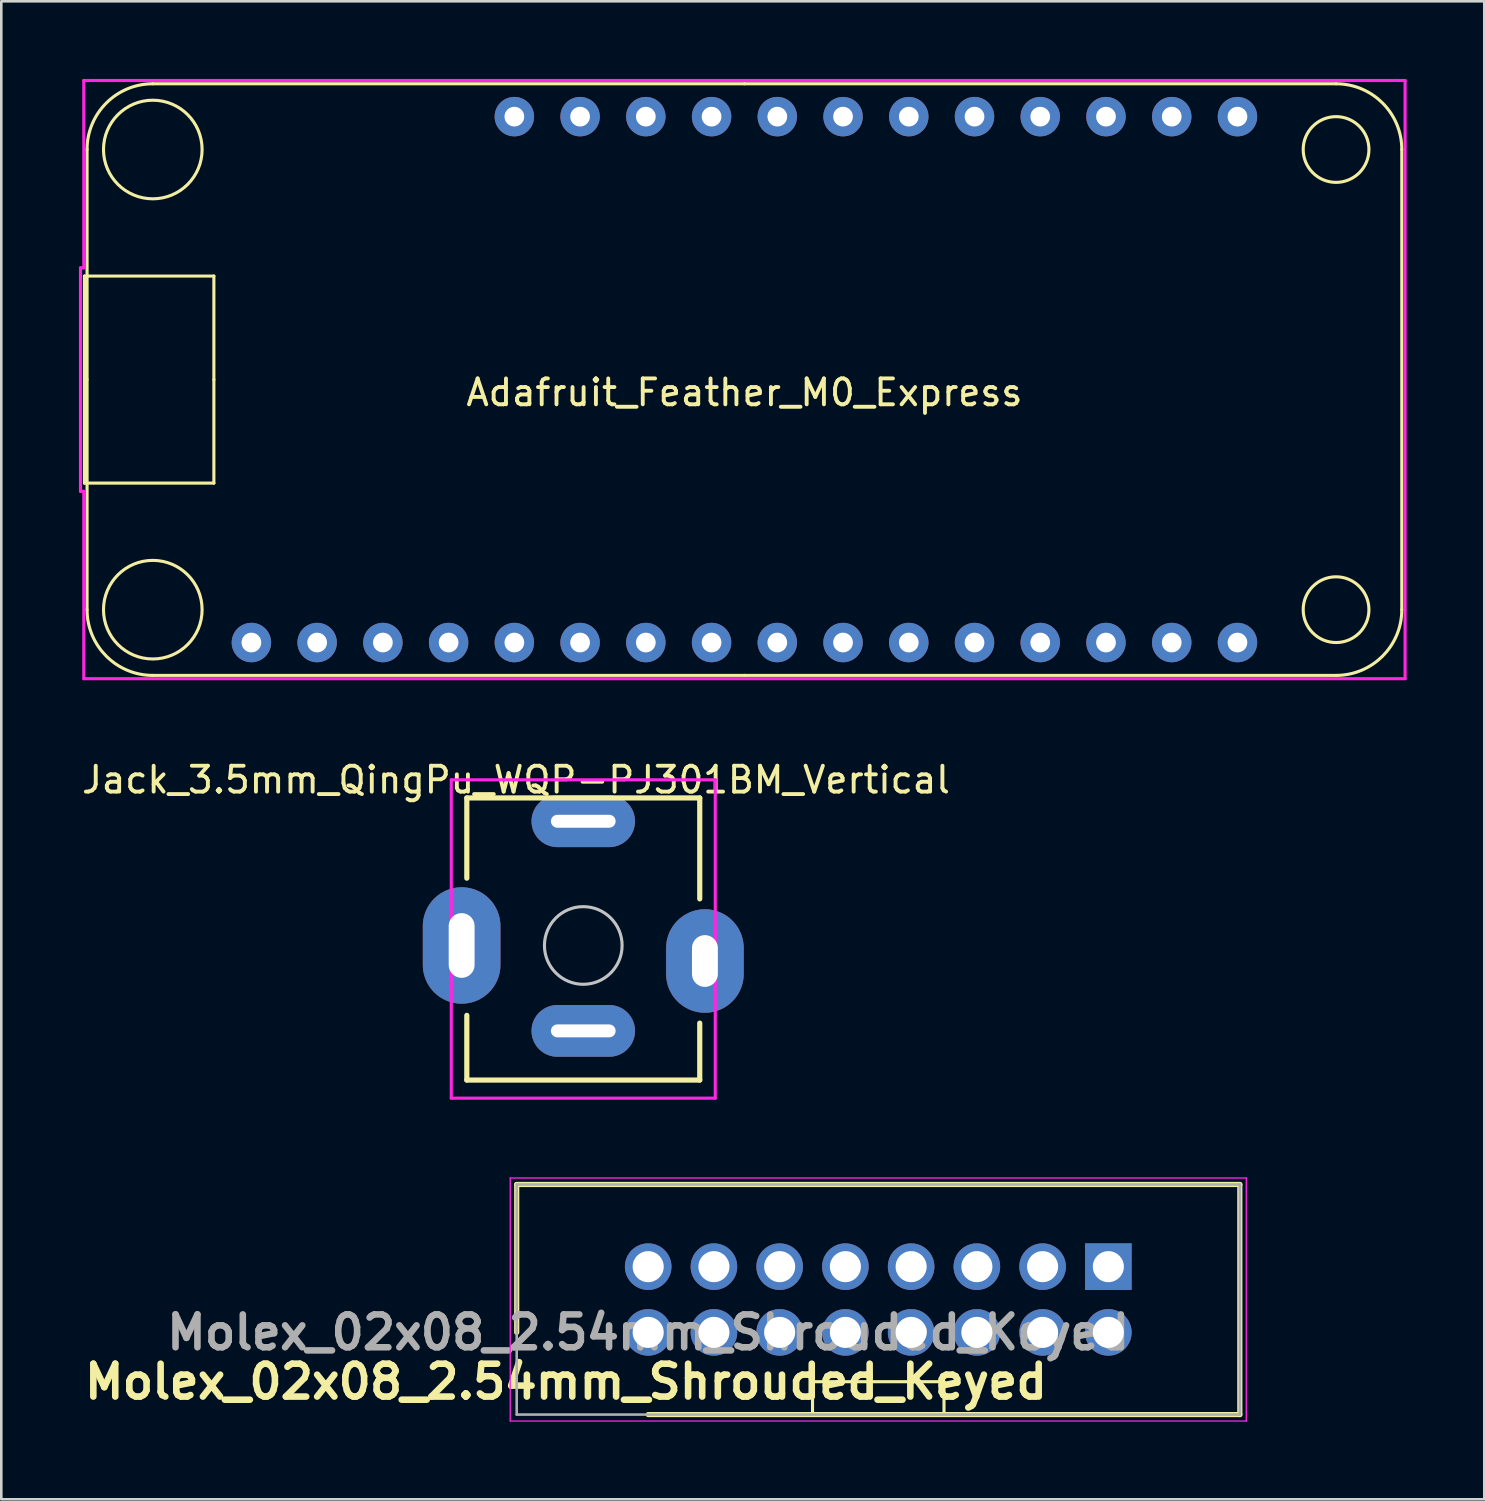
<source format=kicad_pcb>
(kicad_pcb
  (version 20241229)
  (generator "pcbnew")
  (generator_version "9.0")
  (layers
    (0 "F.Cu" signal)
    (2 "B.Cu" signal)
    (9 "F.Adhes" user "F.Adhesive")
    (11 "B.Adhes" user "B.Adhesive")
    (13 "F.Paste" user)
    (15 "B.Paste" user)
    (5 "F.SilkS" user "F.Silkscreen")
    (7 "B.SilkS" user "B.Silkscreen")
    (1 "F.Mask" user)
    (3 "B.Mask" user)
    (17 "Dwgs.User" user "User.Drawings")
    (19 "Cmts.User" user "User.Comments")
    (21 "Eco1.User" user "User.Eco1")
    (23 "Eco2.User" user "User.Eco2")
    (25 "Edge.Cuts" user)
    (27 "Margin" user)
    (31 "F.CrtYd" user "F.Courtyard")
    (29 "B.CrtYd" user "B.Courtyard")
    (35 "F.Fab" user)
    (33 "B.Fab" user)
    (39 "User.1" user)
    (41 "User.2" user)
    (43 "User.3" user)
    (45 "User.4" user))
  (footprint "Adafruit_Feather_M0_Express"
    (layer "F.Cu")
    (at 25.714 11.617)
    (property "Reference" "Adafruit_Feather_M0_Express" (at 0 0.5 0) (layer "F.SilkS") (effects (font (size 1 1) (thickness 0.15))))
    (attr through_hole)
    (fp_line (start -25.5 -4) (end -20.5 -4) (stroke (width 0.12) (type solid)) (layer "F.SilkS"))
    (fp_line (start -25.5 0) (end -25.5 -4) (stroke (width 0.12) (type solid)) (layer "F.SilkS"))
    (fp_line (start -25.5 4) (end -25.5 0) (stroke (width 0.12) (type solid)) (layer "F.SilkS"))
    (fp_line (start -25.4 -8.89) (end -25.4 0) (stroke (width 0.12) (type solid)) (layer "F.SilkS"))
    (fp_line (start -25.4 0) (end -25.4 8.89) (stroke (width 0.12) (type solid)) (layer "F.SilkS"))
    (fp_line (start -22.86 11.43) (end 0 11.43) (stroke (width 0.12) (type solid)) (layer "F.SilkS"))
    (fp_line (start -20.5 -4) (end -20.5 0) (stroke (width 0.12) (type solid)) (layer "F.SilkS"))
    (fp_line (start -20.5 0) (end -20.5 4) (stroke (width 0.12) (type solid)) (layer "F.SilkS"))
    (fp_line (start -20.5 4) (end -25.5 4) (stroke (width 0.12) (type solid)) (layer "F.SilkS"))
    (fp_line (start 0 -11.43) (end -22.86 -11.43) (stroke (width 0.12) (type solid)) (layer "F.SilkS"))
    (fp_line (start 0 11.43) (end 22.86 11.43) (stroke (width 0.12) (type solid)) (layer "F.SilkS"))
    (fp_line (start 22.86 -11.43) (end 0 -11.43) (stroke (width 0.12) (type solid)) (layer "F.SilkS"))
    (fp_line (start 25.4 8.89) (end 25.4 -8.89) (stroke (width 0.12) (type solid)) (layer "F.SilkS"))
    (fp_arc (start -25.4 -8.89) (mid -24.656051 -10.686051) (end -22.86 -11.43) (stroke (width 0.12) (type solid)) (layer "F.SilkS"))
    (fp_arc (start -22.86 11.43) (mid -24.656051 10.686051) (end -25.4 8.89) (stroke (width 0.12) (type solid)) (layer "F.SilkS"))
    (fp_arc (start 22.86 -11.43) (mid 24.656051 -10.686051) (end 25.4 -8.89) (stroke (width 0.12) (type solid)) (layer "F.SilkS"))
    (fp_arc (start 25.4 8.89) (mid 24.656051 10.686051) (end 22.86 11.43) (stroke (width 0.12) (type solid)) (layer "F.SilkS"))
    (fp_circle (center -22.86 -8.89) (end -22.86 -10.795) (stroke (width 0.12) (type solid)) (fill no) (layer "F.SilkS"))
    (fp_circle (center -22.86 8.89) (end -24.765 8.89) (stroke (width 0.12) (type solid)) (fill no) (layer "F.SilkS"))
    (fp_circle (center 22.86 -8.89) (end 22.86 -10.16) (stroke (width 0.12) (type solid)) (fill no) (layer "F.SilkS"))
    (fp_circle (center 22.86 8.89) (end 22.86 7.62) (stroke (width 0.12) (type solid)) (fill no) (layer "F.SilkS"))
    (fp_line (start -25.654 -4.318) (end -25.654 0) (stroke (width 0.12) (type solid)) (layer "F.CrtYd"))
    (fp_line (start -25.654 0) (end -25.654 4.318) (stroke (width 0.12) (type solid)) (layer "F.CrtYd"))
    (fp_line (start -25.654 4.318) (end -25.527 4.318) (stroke (width 0.12) (type solid)) (layer "F.CrtYd"))
    (fp_line (start -25.527 -11.557) (end 25.527 -11.557) (stroke (width 0.12) (type solid)) (layer "F.CrtYd"))
    (fp_line (start -25.527 -4.318) (end -25.654 -4.318) (stroke (width 0.12) (type solid)) (layer "F.CrtYd"))
    (fp_line (start -25.527 -4.318) (end -25.527 -11.557) (stroke (width 0.12) (type solid)) (layer "F.CrtYd"))
    (fp_line (start -25.527 11.557) (end -25.527 4.318) (stroke (width 0.12) (type solid)) (layer "F.CrtYd"))
    (fp_line (start 25.527 -11.557) (end 25.527 11.557) (stroke (width 0.12) (type solid)) (layer "F.CrtYd"))
    (fp_line (start 25.527 11.557) (end -25.527 11.557) (stroke (width 0.12) (type solid)) (layer "F.CrtYd"))
    (pad "1" thru_hole circle (at -19.05 10.16) (size 1.524 1.524) (drill 0.762) (layers "*.Cu" "*.Mask"))
    (pad "2" thru_hole circle (at -16.51 10.16) (size 1.524 1.524) (drill 0.762) (layers "*.Cu" "*.Mask"))
    (pad "3" thru_hole circle (at -13.97 10.16) (size 1.524 1.524) (drill 0.762) (layers "*.Cu" "*.Mask"))
    (pad "4" thru_hole circle (at -11.43 10.16) (size 1.524 1.524) (drill 0.762) (layers "*.Cu" "*.Mask"))
    (pad "5" thru_hole circle (at -8.89 10.16) (size 1.524 1.524) (drill 0.762) (layers "*.Cu" "*.Mask"))
    (pad "6" thru_hole circle (at -6.35 10.16) (size 1.524 1.524) (drill 0.762) (layers "*.Cu" "*.Mask"))
    (pad "7" thru_hole circle (at -3.81 10.16) (size 1.524 1.524) (drill 0.762) (layers "*.Cu" "*.Mask"))
    (pad "8" thru_hole circle (at -1.27 10.16) (size 1.524 1.524) (drill 0.762) (layers "*.Cu" "*.Mask"))
    (pad "9" thru_hole circle (at 1.27 10.16) (size 1.524 1.524) (drill 0.762) (layers "*.Cu" "*.Mask"))
    (pad "10" thru_hole circle (at 3.81 10.16) (size 1.524 1.524) (drill 0.762) (layers "*.Cu" "*.Mask"))
    (pad "11" thru_hole circle (at 6.35 10.16) (size 1.524 1.524) (drill 0.762) (layers "*.Cu" "*.Mask"))
    (pad "12" thru_hole circle (at 8.89 10.16) (size 1.524 1.524) (drill 0.762) (layers "*.Cu" "*.Mask"))
    (pad "13" thru_hole circle (at 11.43 10.16) (size 1.524 1.524) (drill 0.762) (layers "*.Cu" "*.Mask"))
    (pad "14" thru_hole circle (at 13.97 10.16) (size 1.524 1.524) (drill 0.762) (layers "*.Cu" "*.Mask"))
    (pad "15" thru_hole circle (at 16.51 10.16) (size 1.524 1.524) (drill 0.762) (layers "*.Cu" "*.Mask"))
    (pad "16" thru_hole circle (at 19.05 10.16) (size 1.524 1.524) (drill 0.762) (layers "*.Cu" "*.Mask"))
    (pad "17" thru_hole circle (at 19.05 -10.16) (size 1.524 1.524) (drill 0.762) (layers "*.Cu" "*.Mask"))
    (pad "18" thru_hole circle (at 16.51 -10.16) (size 1.524 1.524) (drill 0.762) (layers "*.Cu" "*.Mask"))
    (pad "19" thru_hole circle (at 13.97 -10.16) (size 1.524 1.524) (drill 0.762) (layers "*.Cu" "*.Mask"))
    (pad "20" thru_hole circle (at 11.43 -10.16) (size 1.524 1.524) (drill 0.762) (layers "*.Cu" "*.Mask"))
    (pad "21" thru_hole circle (at 8.89 -10.16) (size 1.524 1.524) (drill 0.762) (layers "*.Cu" "*.Mask"))
    (pad "22" thru_hole circle (at 6.35 -10.16) (size 1.524 1.524) (drill 0.762) (layers "*.Cu" "*.Mask"))
    (pad "23" thru_hole circle (at 3.81 -10.16) (size 1.524 1.524) (drill 0.762) (layers "*.Cu" "*.Mask"))
    (pad "24" thru_hole circle (at 1.27 -10.16) (size 1.524 1.524) (drill 0.762) (layers "*.Cu" "*.Mask"))
    (pad "25" thru_hole circle (at -1.27 -10.16) (size 1.524 1.524) (drill 0.762) (layers "*.Cu" "*.Mask"))
    (pad "26" thru_hole circle (at -3.81 -10.16) (size 1.524 1.524) (drill 0.762) (layers "*.Cu" "*.Mask"))
    (pad "27" thru_hole circle (at -6.35 -10.16) (size 1.524 1.524) (drill 0.762) (layers "*.Cu" "*.Mask"))
    (pad "28" thru_hole circle (at -8.89 -10.16) (size 1.524 1.524) (drill 0.762) (layers "*.Cu" "*.Mask")))
  (footprint "Molex_02x08_2.54mm_Shrouded_Keyed"
    (layer "F.Cu")
    (at 21.995 48.432)
    (property "Reference" "Molex_02x08_2.54mm_Shrouded_Keyed" (at -3.175 1.905 0) (layer "F.SilkS") (effects (font (size 1.27 1.27) (thickness 0.254))))
    (attr through_hole)
    (fp_line (start -5.08 -5.715) (end -5.08 0) (stroke (width 0.2) (type solid)) (layer "F.SilkS"))
    (fp_line (start 0 3.175) (end 22.86 3.175) (stroke (width 0.2) (type solid)) (layer "F.SilkS"))
    (fp_line (start 6.35 1.905) (end 11.43 1.905) (stroke (width 0.12) (type solid)) (layer "F.SilkS"))
    (fp_line (start 6.35 3.175) (end 6.35 1.905) (stroke (width 0.12) (type solid)) (layer "F.SilkS"))
    (fp_line (start 11.43 1.905) (end 11.43 3.175) (stroke (width 0.12) (type solid)) (layer "F.SilkS"))
    (fp_line (start 22.86 -5.715) (end -5.08 -5.715) (stroke (width 0.2) (type solid)) (layer "F.SilkS"))
    (fp_line (start 22.86 3.175) (end 22.86 -5.715) (stroke (width 0.2) (type solid)) (layer "F.SilkS"))
    (fp_line (start -5.33 -5.965) (end 23.11 -5.965) (stroke (width 0.05) (type solid)) (layer "F.CrtYd"))
    (fp_line (start -5.33 3.425) (end -5.33 -5.965) (stroke (width 0.05) (type solid)) (layer "F.CrtYd"))
    (fp_line (start 23.11 -5.965) (end 23.11 3.425) (stroke (width 0.05) (type solid)) (layer "F.CrtYd"))
    (fp_line (start 23.11 3.425) (end -5.33 3.425) (stroke (width 0.05) (type solid)) (layer "F.CrtYd"))
    (fp_line (start -5.08 -5.715) (end 22.86 -5.715) (stroke (width 0.1) (type solid)) (layer "F.Fab"))
    (fp_line (start -5.08 3.175) (end -5.08 -5.715) (stroke (width 0.1) (type solid)) (layer "F.Fab"))
    (fp_line (start 22.86 -5.715) (end 22.86 3.175) (stroke (width 0.1) (type solid)) (layer "F.Fab"))
    (fp_line (start 22.86 3.175) (end -5.08 3.175) (stroke (width 0.1) (type solid)) (layer "F.Fab"))
    (fp_text user "${REFERENCE}" (at 0 0 0) (layer "F.Fab") (effects (font (size 1.27 1.27) (thickness 0.254))))
    (pad "1" thru_hole rect (at 17.78 -2.54) (size 1.8 1.8) (drill 1.2) (layers "*.Cu" "*.Mask"))
    (pad "2" thru_hole circle (at 15.24 -2.54) (size 1.8 1.8) (drill 1.2) (layers "*.Cu" "*.Mask"))
    (pad "3" thru_hole circle (at 12.7 -2.54) (size 1.8 1.8) (drill 1.2) (layers "*.Cu" "*.Mask"))
    (pad "4" thru_hole circle (at 10.16 -2.54) (size 1.8 1.8) (drill 1.2) (layers "*.Cu" "*.Mask"))
    (pad "5" thru_hole circle (at 7.62 -2.54) (size 1.8 1.8) (drill 1.2) (layers "*.Cu" "*.Mask"))
    (pad "6" thru_hole circle (at 5.08 -2.54) (size 1.8 1.8) (drill 1.2) (layers "*.Cu" "*.Mask"))
    (pad "7" thru_hole circle (at 2.54 -2.54) (size 1.8 1.8) (drill 1.2) (layers "*.Cu" "*.Mask"))
    (pad "8" thru_hole circle (at 0 -2.54) (size 1.8 1.8) (drill 1.2) (layers "*.Cu" "*.Mask"))
    (pad "9" thru_hole circle (at 0 0) (size 1.8 1.8) (drill 1.2) (layers "*.Cu" "*.Mask"))
    (pad "10" thru_hole circle (at 2.54 0) (size 1.8 1.8) (drill 1.2) (layers "*.Cu" "*.Mask"))
    (pad "11" thru_hole circle (at 5.08 0) (size 1.8 1.8) (drill 1.2) (layers "*.Cu" "*.Mask"))
    (pad "12" thru_hole circle (at 7.62 0) (size 1.8 1.8) (drill 1.2) (layers "*.Cu" "*.Mask"))
    (pad "13" thru_hole circle (at 10.16 0) (size 1.8 1.8) (drill 1.2) (layers "*.Cu" "*.Mask"))
    (pad "14" thru_hole circle (at 12.7 0) (size 1.8 1.8) (drill 1.2) (layers "*.Cu" "*.Mask"))
    (pad "15" thru_hole circle (at 15.24 0) (size 1.8 1.8) (drill 1.2) (layers "*.Cu" "*.Mask"))
    (pad "16" thru_hole circle (at 17.78 0) (size 1.8 1.8) (drill 1.2) (layers "*.Cu" "*.Mask")))
  (footprint "Jack_3.5mm_QingPu_WQP-PJ301BM_Vertical"
    (layer "F.Cu")
    (at 19.487 33.482)
    (property "Reference" "Jack_3.5mm_QingPu_WQP-PJ301BM_Vertical" (at -2.6 -6.4 0) (layer "F.SilkS") (effects (font (size 1 1) (thickness 0.15))))
    (attr through_hole)
    (fp_line (start -4.5 -5.7) (end -4.5 -2.6) (stroke (width 0.2) (type solid)) (layer "F.SilkS"))
    (fp_line (start -4.5 -5.7) (end 4.5 -5.7) (stroke (width 0.2) (type solid)) (layer "F.SilkS"))
    (fp_line (start -4.5 5.2) (end -4.5 2.7) (stroke (width 0.2) (type solid)) (layer "F.SilkS"))
    (fp_line (start -4.5 5.2) (end 4.5 5.2) (stroke (width 0.2) (type solid)) (layer "F.SilkS"))
    (fp_line (start 4.5 -5.7) (end 4.5 -1.8) (stroke (width 0.2) (type solid)) (layer "F.SilkS"))
    (fp_line (start 4.5 5.2) (end 4.5 3) (stroke (width 0.2) (type solid)) (layer "F.SilkS"))
    (fp_circle (center 0 0) (end 1.5 0) (stroke (width 0.12) (type solid)) (fill no) (layer "Dwgs.User"))
    (fp_line (start -5.1 -6.4) (end 5.1 -6.4) (stroke (width 0.12) (type solid)) (layer "F.CrtYd"))
    (fp_line (start -5.1 5.9) (end -5.1 -6.4) (stroke (width 0.12) (type solid)) (layer "F.CrtYd"))
    (fp_line (start 5.1 -6.4) (end 5.1 5.9) (stroke (width 0.12) (type solid)) (layer "F.CrtYd"))
    (fp_line (start 5.1 5.9) (end -5.1 5.9) (stroke (width 0.12) (type solid)) (layer "F.CrtYd"))
    (pad "S" thru_hole oval (at -4.7 0 90) (size 4.5 3) (drill oval 2.5 1) (layers "*.Cu" "*.Mask"))
    (pad "S" thru_hole oval (at 4.7 0.6 90) (size 4 3) (drill oval 2 1) (layers "*.Cu" "*.Mask"))
    (pad "T" thru_hole oval (at 0 -4.8) (size 4 2) (drill oval 2.5 0.5) (layers "*.Cu" "*.Mask"))
    (pad "TN" thru_hole oval (at 0 3.3) (size 4 2) (drill oval 2.5 0.5) (layers "*.Cu" "*.Mask")))
  (gr_rect
    (start -3 -3)
    (end 54.301 54.882)
    (stroke (width 0.1) (type default))
    (fill no)
    (layer "Edge.Cuts")))
</source>
